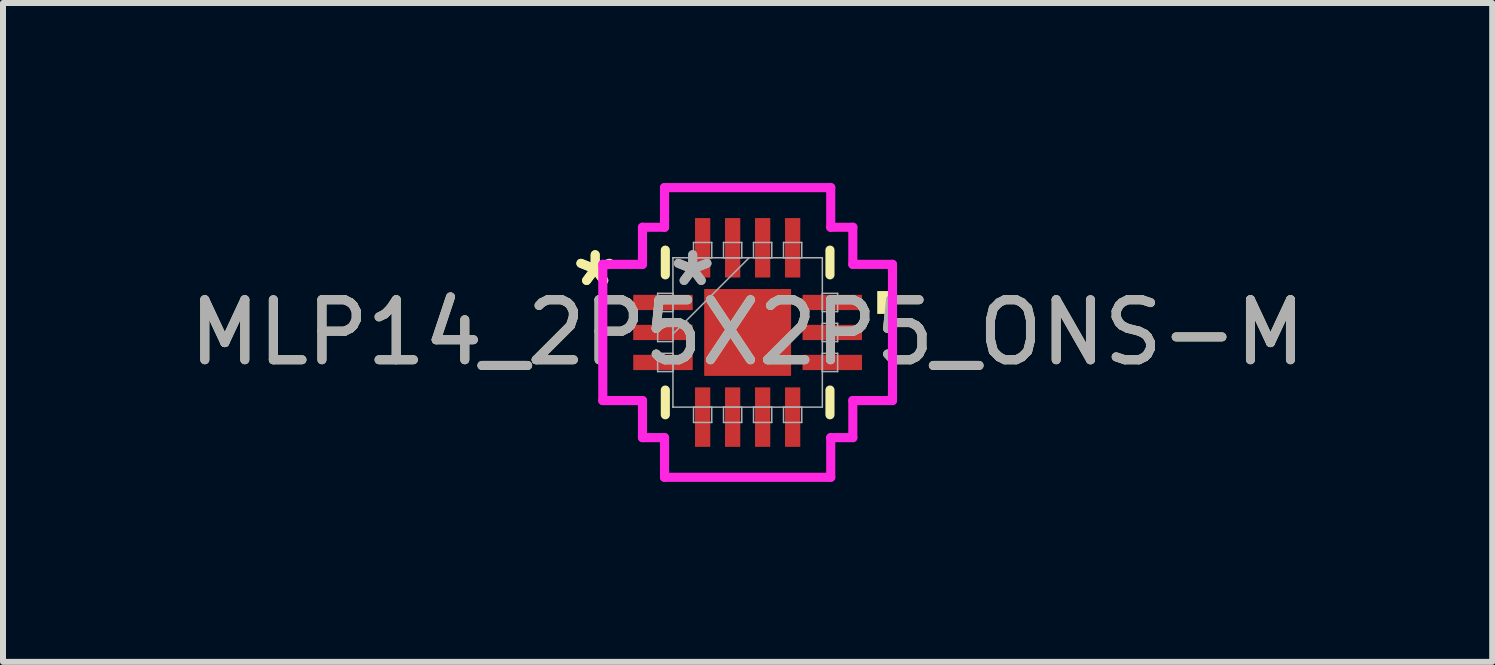
<source format=kicad_pcb>
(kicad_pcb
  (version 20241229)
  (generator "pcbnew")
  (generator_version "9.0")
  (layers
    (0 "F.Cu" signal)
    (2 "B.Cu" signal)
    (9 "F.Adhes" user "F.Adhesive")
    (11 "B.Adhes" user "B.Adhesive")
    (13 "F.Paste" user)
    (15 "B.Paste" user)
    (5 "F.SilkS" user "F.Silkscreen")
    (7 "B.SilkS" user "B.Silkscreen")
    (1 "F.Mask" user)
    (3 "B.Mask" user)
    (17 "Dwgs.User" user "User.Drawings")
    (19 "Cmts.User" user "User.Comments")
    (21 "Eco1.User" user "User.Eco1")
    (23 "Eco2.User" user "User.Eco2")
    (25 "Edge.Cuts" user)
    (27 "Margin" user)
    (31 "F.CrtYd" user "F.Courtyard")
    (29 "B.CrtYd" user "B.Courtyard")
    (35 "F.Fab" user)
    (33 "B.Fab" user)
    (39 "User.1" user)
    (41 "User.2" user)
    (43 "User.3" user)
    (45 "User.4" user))
  (footprint "MLP14_2P5X2P5_ONS-M"
    (layer "F.Cu")
    (at 9.411 2.491)
    (property "Reference" "MLP14_2P5X2P5_ONS-M" (at 0 0 0) (unlocked yes) (layer "F.SilkS") (effects (font (size 1 1) (thickness 0.15))))
    (attr smd)
    (fp_line (start -1.372 -1.372) (end -1.372 -0.96) (stroke (width 0.152) (type solid)) (layer "F.SilkS"))
    (fp_line (start -1.372 0.96) (end -1.372 1.372) (stroke (width 0.152) (type solid)) (layer "F.SilkS"))
    (fp_line (start 1.372 -0.96) (end 1.372 -1.372) (stroke (width 0.152) (type solid)) (layer "F.SilkS"))
    (fp_line (start 1.372 1.372) (end 1.372 0.96) (stroke (width 0.152) (type solid)) (layer "F.SilkS"))
    (fp_poly (pts (xy 2.414 -0.69) (xy 2.414 -0.309) (xy 2.16 -0.309) (xy 2.16 -0.69)) (stroke (width 0) (type solid)) (fill yes) (layer "F.SilkS"))
    (fp_line (start -2.414 -1.135) (end -1.753 -1.135) (stroke (width 0.152) (type solid)) (layer "F.CrtYd"))
    (fp_line (start -2.414 1.135) (end -2.414 -1.135) (stroke (width 0.152) (type solid)) (layer "F.CrtYd"))
    (fp_line (start -1.753 -1.753) (end -1.385 -1.753) (stroke (width 0.152) (type solid)) (layer "F.CrtYd"))
    (fp_line (start -1.753 -1.135) (end -1.753 -1.753) (stroke (width 0.152) (type solid)) (layer "F.CrtYd"))
    (fp_line (start -1.753 1.135) (end -2.414 1.135) (stroke (width 0.152) (type solid)) (layer "F.CrtYd"))
    (fp_line (start -1.753 1.753) (end -1.753 1.135) (stroke (width 0.152) (type solid)) (layer "F.CrtYd"))
    (fp_line (start -1.385 -2.414) (end 1.385 -2.414) (stroke (width 0.152) (type solid)) (layer "F.CrtYd"))
    (fp_line (start -1.385 -1.753) (end -1.385 -2.414) (stroke (width 0.152) (type solid)) (layer "F.CrtYd"))
    (fp_line (start -1.385 1.753) (end -1.753 1.753) (stroke (width 0.152) (type solid)) (layer "F.CrtYd"))
    (fp_line (start -1.385 2.414) (end -1.385 1.753) (stroke (width 0.152) (type solid)) (layer "F.CrtYd"))
    (fp_line (start 1.385 -2.414) (end 1.385 -1.753) (stroke (width 0.152) (type solid)) (layer "F.CrtYd"))
    (fp_line (start 1.385 -1.753) (end 1.753 -1.753) (stroke (width 0.152) (type solid)) (layer "F.CrtYd"))
    (fp_line (start 1.385 1.753) (end 1.385 2.414) (stroke (width 0.152) (type solid)) (layer "F.CrtYd"))
    (fp_line (start 1.385 2.414) (end -1.385 2.414) (stroke (width 0.152) (type solid)) (layer "F.CrtYd"))
    (fp_line (start 1.753 -1.753) (end 1.753 -1.135) (stroke (width 0.152) (type solid)) (layer "F.CrtYd"))
    (fp_line (start 1.753 -1.135) (end 2.414 -1.135) (stroke (width 0.152) (type solid)) (layer "F.CrtYd"))
    (fp_line (start 1.753 1.135) (end 1.753 1.753) (stroke (width 0.152) (type solid)) (layer "F.CrtYd"))
    (fp_line (start 1.753 1.753) (end 1.385 1.753) (stroke (width 0.152) (type solid)) (layer "F.CrtYd"))
    (fp_line (start 2.414 -1.135) (end 2.414 1.135) (stroke (width 0.152) (type solid)) (layer "F.CrtYd"))
    (fp_line (start 2.414 1.135) (end 1.753 1.135) (stroke (width 0.152) (type solid)) (layer "F.CrtYd"))
    (fp_line (start -1.5 -0.652) (end -1.5 -0.348) (stroke (width 0.025) (type solid)) (layer "F.Fab"))
    (fp_line (start -1.5 -0.348) (end -1.245 -0.348) (stroke (width 0.025) (type solid)) (layer "F.Fab"))
    (fp_line (start -1.5 -0.152) (end -1.5 0.152) (stroke (width 0.025) (type solid)) (layer "F.Fab"))
    (fp_line (start -1.5 0.152) (end -1.245 0.152) (stroke (width 0.025) (type solid)) (layer "F.Fab"))
    (fp_line (start -1.5 0.348) (end -1.5 0.652) (stroke (width 0.025) (type solid)) (layer "F.Fab"))
    (fp_line (start -1.5 0.652) (end -1.245 0.652) (stroke (width 0.025) (type solid)) (layer "F.Fab"))
    (fp_line (start -1.245 -1.245) (end -1.245 -1.245) (stroke (width 0.025) (type solid)) (layer "F.Fab"))
    (fp_line (start -1.245 -1.245) (end -1.245 1.245) (stroke (width 0.025) (type solid)) (layer "F.Fab"))
    (fp_line (start -1.245 -0.652) (end -1.5 -0.652) (stroke (width 0.025) (type solid)) (layer "F.Fab"))
    (fp_line (start -1.245 -0.348) (end -1.245 -0.652) (stroke (width 0.025) (type solid)) (layer "F.Fab"))
    (fp_line (start -1.245 -0.152) (end -1.5 -0.152) (stroke (width 0.025) (type solid)) (layer "F.Fab"))
    (fp_line (start -1.245 0.025) (end 0.025 -1.245) (stroke (width 0.025) (type solid)) (layer "F.Fab"))
    (fp_line (start -1.245 0.152) (end -1.245 -0.152) (stroke (width 0.025) (type solid)) (layer "F.Fab"))
    (fp_line (start -1.245 0.348) (end -1.5 0.348) (stroke (width 0.025) (type solid)) (layer "F.Fab"))
    (fp_line (start -1.245 0.652) (end -1.245 0.348) (stroke (width 0.025) (type solid)) (layer "F.Fab"))
    (fp_line (start -1.245 1.245) (end -1.245 1.245) (stroke (width 0.025) (type solid)) (layer "F.Fab"))
    (fp_line (start -1.245 1.245) (end 1.245 1.245) (stroke (width 0.025) (type solid)) (layer "F.Fab"))
    (fp_line (start -0.902 -1.5) (end -0.902 -1.245) (stroke (width 0.025) (type solid)) (layer "F.Fab"))
    (fp_line (start -0.902 -1.245) (end -0.598 -1.245) (stroke (width 0.025) (type solid)) (layer "F.Fab"))
    (fp_line (start -0.902 1.245) (end -0.902 1.5) (stroke (width 0.025) (type solid)) (layer "F.Fab"))
    (fp_line (start -0.902 1.5) (end -0.598 1.5) (stroke (width 0.025) (type solid)) (layer "F.Fab"))
    (fp_line (start -0.598 -1.5) (end -0.902 -1.5) (stroke (width 0.025) (type solid)) (layer "F.Fab"))
    (fp_line (start -0.598 -1.245) (end -0.598 -1.5) (stroke (width 0.025) (type solid)) (layer "F.Fab"))
    (fp_line (start -0.598 1.245) (end -0.902 1.245) (stroke (width 0.025) (type solid)) (layer "F.Fab"))
    (fp_line (start -0.598 1.5) (end -0.598 1.245) (stroke (width 0.025) (type solid)) (layer "F.Fab"))
    (fp_line (start -0.402 -1.5) (end -0.402 -1.245) (stroke (width 0.025) (type solid)) (layer "F.Fab"))
    (fp_line (start -0.402 -1.245) (end -0.098 -1.245) (stroke (width 0.025) (type solid)) (layer "F.Fab"))
    (fp_line (start -0.402 1.245) (end -0.402 1.5) (stroke (width 0.025) (type solid)) (layer "F.Fab"))
    (fp_line (start -0.402 1.5) (end -0.098 1.5) (stroke (width 0.025) (type solid)) (layer "F.Fab"))
    (fp_line (start -0.098 -1.5) (end -0.402 -1.5) (stroke (width 0.025) (type solid)) (layer "F.Fab"))
    (fp_line (start -0.098 -1.245) (end -0.098 -1.5) (stroke (width 0.025) (type solid)) (layer "F.Fab"))
    (fp_line (start -0.098 1.245) (end -0.402 1.245) (stroke (width 0.025) (type solid)) (layer "F.Fab"))
    (fp_line (start -0.098 1.5) (end -0.098 1.245) (stroke (width 0.025) (type solid)) (layer "F.Fab"))
    (fp_line (start 0.098 -1.5) (end 0.098 -1.245) (stroke (width 0.025) (type solid)) (layer "F.Fab"))
    (fp_line (start 0.098 -1.245) (end 0.402 -1.245) (stroke (width 0.025) (type solid)) (layer "F.Fab"))
    (fp_line (start 0.098 1.245) (end 0.098 1.5) (stroke (width 0.025) (type solid)) (layer "F.Fab"))
    (fp_line (start 0.098 1.5) (end 0.402 1.5) (stroke (width 0.025) (type solid)) (layer "F.Fab"))
    (fp_line (start 0.402 -1.5) (end 0.098 -1.5) (stroke (width 0.025) (type solid)) (layer "F.Fab"))
    (fp_line (start 0.402 -1.245) (end 0.402 -1.5) (stroke (width 0.025) (type solid)) (layer "F.Fab"))
    (fp_line (start 0.402 1.245) (end 0.098 1.245) (stroke (width 0.025) (type solid)) (layer "F.Fab"))
    (fp_line (start 0.402 1.5) (end 0.402 1.245) (stroke (width 0.025) (type solid)) (layer "F.Fab"))
    (fp_line (start 0.598 -1.5) (end 0.598 -1.245) (stroke (width 0.025) (type solid)) (layer "F.Fab"))
    (fp_line (start 0.598 -1.245) (end 0.902 -1.245) (stroke (width 0.025) (type solid)) (layer "F.Fab"))
    (fp_line (start 0.598 1.245) (end 0.598 1.5) (stroke (width 0.025) (type solid)) (layer "F.Fab"))
    (fp_line (start 0.598 1.5) (end 0.902 1.5) (stroke (width 0.025) (type solid)) (layer "F.Fab"))
    (fp_line (start 0.902 -1.5) (end 0.598 -1.5) (stroke (width 0.025) (type solid)) (layer "F.Fab"))
    (fp_line (start 0.902 -1.245) (end 0.902 -1.5) (stroke (width 0.025) (type solid)) (layer "F.Fab"))
    (fp_line (start 0.902 1.245) (end 0.598 1.245) (stroke (width 0.025) (type solid)) (layer "F.Fab"))
    (fp_line (start 0.902 1.5) (end 0.902 1.245) (stroke (width 0.025) (type solid)) (layer "F.Fab"))
    (fp_line (start 1.245 -1.245) (end -1.245 -1.245) (stroke (width 0.025) (type solid)) (layer "F.Fab"))
    (fp_line (start 1.245 -1.245) (end 1.245 -1.245) (stroke (width 0.025) (type solid)) (layer "F.Fab"))
    (fp_line (start 1.245 -0.652) (end 1.245 -0.348) (stroke (width 0.025) (type solid)) (layer "F.Fab"))
    (fp_line (start 1.245 -0.348) (end 1.5 -0.348) (stroke (width 0.025) (type solid)) (layer "F.Fab"))
    (fp_line (start 1.245 -0.152) (end 1.245 0.152) (stroke (width 0.025) (type solid)) (layer "F.Fab"))
    (fp_line (start 1.245 0.152) (end 1.5 0.152) (stroke (width 0.025) (type solid)) (layer "F.Fab"))
    (fp_line (start 1.245 0.348) (end 1.245 0.652) (stroke (width 0.025) (type solid)) (layer "F.Fab"))
    (fp_line (start 1.245 0.652) (end 1.5 0.652) (stroke (width 0.025) (type solid)) (layer "F.Fab"))
    (fp_line (start 1.245 1.245) (end 1.245 -1.245) (stroke (width 0.025) (type solid)) (layer "F.Fab"))
    (fp_line (start 1.245 1.245) (end 1.245 1.245) (stroke (width 0.025) (type solid)) (layer "F.Fab"))
    (fp_line (start 1.5 -0.652) (end 1.245 -0.652) (stroke (width 0.025) (type solid)) (layer "F.Fab"))
    (fp_line (start 1.5 -0.348) (end 1.5 -0.652) (stroke (width 0.025) (type solid)) (layer "F.Fab"))
    (fp_line (start 1.5 -0.152) (end 1.245 -0.152) (stroke (width 0.025) (type solid)) (layer "F.Fab"))
    (fp_line (start 1.5 0.152) (end 1.5 -0.152) (stroke (width 0.025) (type solid)) (layer "F.Fab"))
    (fp_line (start 1.5 0.348) (end 1.245 0.348) (stroke (width 0.025) (type solid)) (layer "F.Fab"))
    (fp_line (start 1.5 0.652) (end 1.5 0.348) (stroke (width 0.025) (type solid)) (layer "F.Fab"))
    (fp_text user "*" (at -2.541 -0.75 0) (layer "F.SilkS") (effects (font (size 1 1) (thickness 0.15))))
    (fp_text user "*" (at -2.541 -0.75 0) (unlocked yes) (layer "F.SilkS") (effects (font (size 1 1) (thickness 0.15))))
    (fp_text user "*" (at -0.916 -0.75 0) (unlocked yes) (layer "F.Fab") (effects (font (size 1 1) (thickness 0.15))))
    (fp_text user "${REFERENCE}" (at 0 0 0) (unlocked yes) (layer "F.Fab") (effects (font (size 1 1) (thickness 0.15))))
    (fp_text user "*" (at -0.916 -0.75 0) (layer "F.Fab") (effects (font (size 1 1) (thickness 0.15))))
    (pad "1" smd rect (at -1.411 -0.5 90) (size 0.254 0.991) (layers "F.Cu" "F.Mask" "F.Paste"))
    (pad "2" smd rect (at -1.411 0 90) (size 0.254 0.991) (layers "F.Cu" "F.Mask" "F.Paste"))
    (pad "3" smd rect (at -1.411 0.5 90) (size 0.254 0.991) (layers "F.Cu" "F.Mask" "F.Paste"))
    (pad "4" smd rect (at -0.75 1.411) (size 0.254 0.991) (layers "F.Cu" "F.Mask" "F.Paste"))
    (pad "5" smd rect (at -0.25 1.411) (size 0.254 0.991) (layers "F.Cu" "F.Mask" "F.Paste"))
    (pad "6" smd rect (at 0.25 1.411) (size 0.254 0.991) (layers "F.Cu" "F.Mask" "F.Paste"))
    (pad "7" smd rect (at 0.75 1.411) (size 0.254 0.991) (layers "F.Cu" "F.Mask" "F.Paste"))
    (pad "8" smd rect (at 1.411 0.5 90) (size 0.254 0.991) (layers "F.Cu" "F.Mask" "F.Paste"))
    (pad "9" smd rect (at 1.411 0 90) (size 0.254 0.991) (layers "F.Cu" "F.Mask" "F.Paste"))
    (pad "10" smd rect (at 1.411 -0.5 90) (size 0.254 0.991) (layers "F.Cu" "F.Mask" "F.Paste"))
    (pad "11" smd rect (at 0.75 -1.411) (size 0.254 0.991) (layers "F.Cu" "F.Mask" "F.Paste"))
    (pad "12" smd rect (at 0.25 -1.411) (size 0.254 0.991) (layers "F.Cu" "F.Mask" "F.Paste"))
    (pad "13" smd rect (at -0.25 -1.411) (size 0.254 0.991) (layers "F.Cu" "F.Mask" "F.Paste"))
    (pad "14" smd rect (at -0.75 -1.411) (size 0.254 0.991) (layers "F.Cu" "F.Mask" "F.Paste"))
    (pad "15" smd rect (at 0 0) (size 1.448 1.448) (layers "F.Cu" "F.Mask" "F.Paste")))
  (gr_rect
    (start -3 -3)
    (end 21.821 7.981)
    (stroke (width 0.1) (type default))
    (fill no)
    (layer "Edge.Cuts")))
</source>
